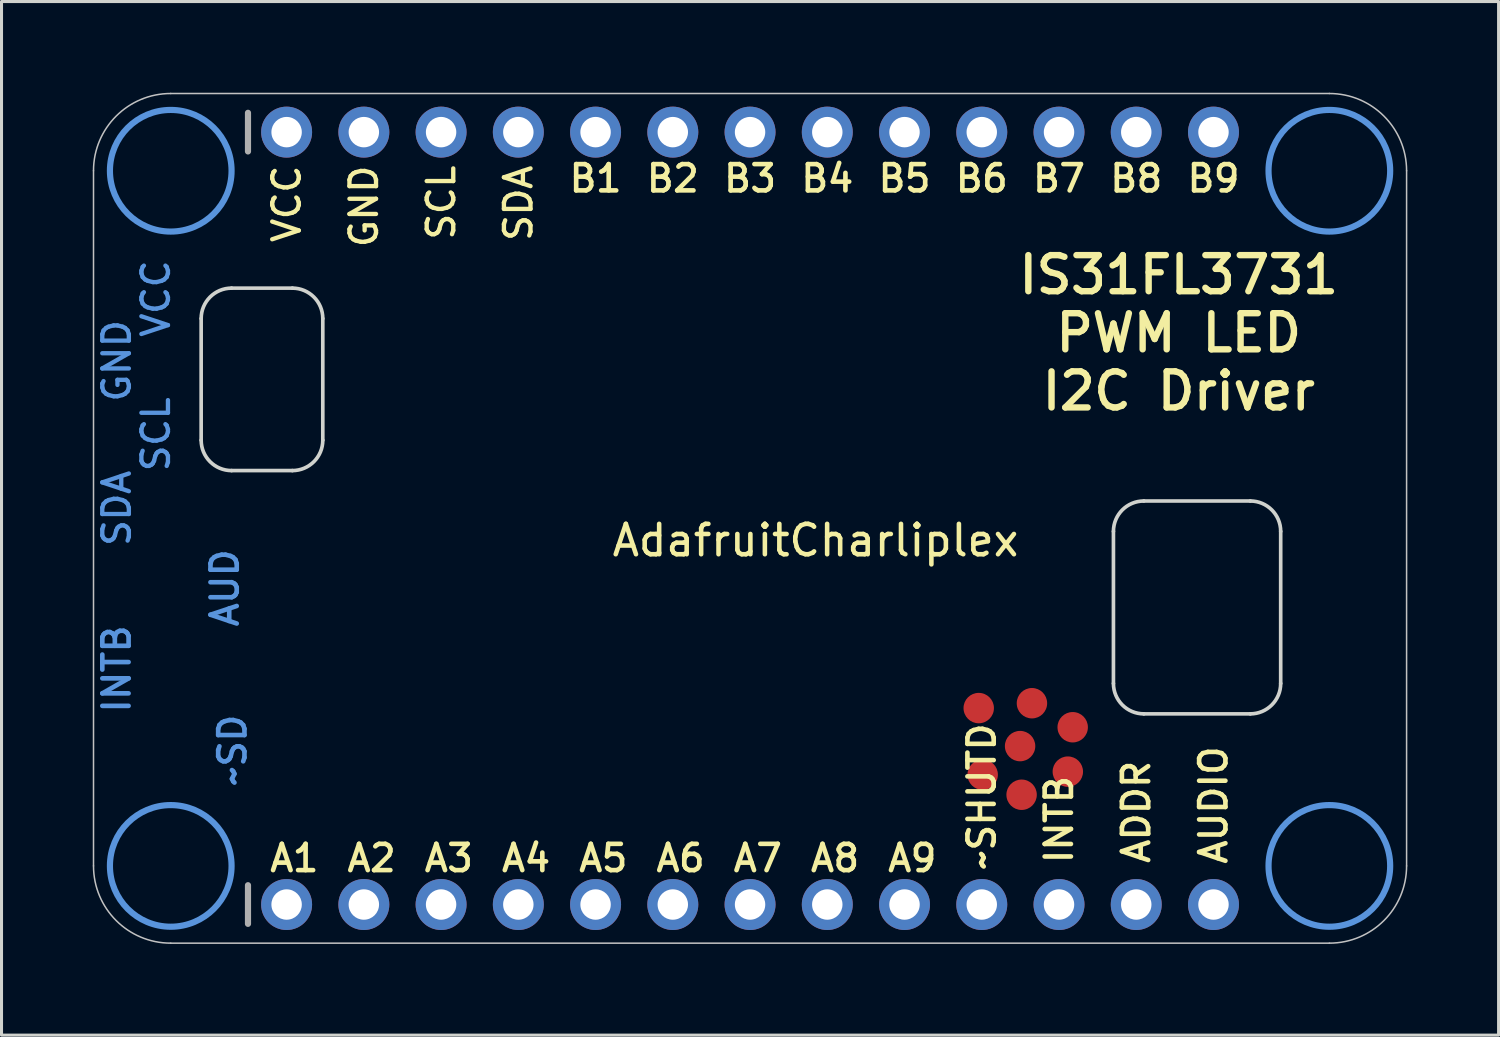
<source format=kicad_pcb>
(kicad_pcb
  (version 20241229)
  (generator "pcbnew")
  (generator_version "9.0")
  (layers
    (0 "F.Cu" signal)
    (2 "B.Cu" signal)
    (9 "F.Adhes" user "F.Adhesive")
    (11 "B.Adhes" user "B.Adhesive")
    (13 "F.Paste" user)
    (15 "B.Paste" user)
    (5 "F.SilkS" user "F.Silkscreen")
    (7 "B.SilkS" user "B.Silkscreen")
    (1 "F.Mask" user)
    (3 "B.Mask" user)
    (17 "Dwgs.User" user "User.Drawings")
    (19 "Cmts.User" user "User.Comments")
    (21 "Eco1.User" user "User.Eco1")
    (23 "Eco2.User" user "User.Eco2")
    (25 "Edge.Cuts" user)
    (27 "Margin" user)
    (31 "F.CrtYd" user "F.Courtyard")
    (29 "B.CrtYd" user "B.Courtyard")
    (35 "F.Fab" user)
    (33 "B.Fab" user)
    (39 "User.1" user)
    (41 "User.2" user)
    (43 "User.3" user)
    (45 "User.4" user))
  (footprint "AdafruitCharliplex"
    (layer "F.Cu")
    (at 2.565 25.425)
    (property "Reference" "AdafruitCharliplex" (at 21.204 -10.704 0) (unlocked yes) (layer "F.SilkS") (effects (font (size 1 1) (thickness 0.15))))
    (attr smd)
    (fp_line (start -2.54 0) (end -2.54 -22.86) (stroke (width 0.05) (type solid)) (layer "Dwgs.User"))
    (fp_line (start 0 -25.4) (end 38.1 -25.4) (stroke (width 0.05) (type solid)) (layer "Dwgs.User"))
    (fp_line (start 38.1 2.54) (end 0 2.54) (stroke (width 0.05) (type solid)) (layer "Dwgs.User"))
    (fp_line (start 40.64 -22.86) (end 40.64 0) (stroke (width 0.05) (type solid)) (layer "Dwgs.User"))
    (fp_arc (start -2.54 -22.86) (mid -1.796051 -24.656051) (end 0 -25.4) (stroke (width 0.05) (type solid)) (layer "Dwgs.User"))
    (fp_arc (start 0 2.54) (mid -1.796051 1.796051) (end -2.54 0) (stroke (width 0.05) (type solid)) (layer "Dwgs.User"))
    (fp_arc (start 38.1 -25.4) (mid 39.896051 -24.656051) (end 40.64 -22.86) (stroke (width 0.05) (type solid)) (layer "Dwgs.User"))
    (fp_arc (start 40.64 0) (mid 39.896051 1.796051) (end 38.1 2.54) (stroke (width 0.05) (type solid)) (layer "Dwgs.User"))
    (fp_circle (center 0 -22.86) (end 2 -22.86) (stroke (width 0.203) (type solid)) (fill no) (layer "Cmts.User"))
    (fp_circle (center 0 0) (end 2 0) (stroke (width 0.203) (type solid)) (fill no) (layer "Cmts.User"))
    (fp_circle (center 38.1 -22.86) (end 40.1 -22.86) (stroke (width 0.203) (type solid)) (fill no) (layer "Cmts.User"))
    (fp_circle (center 38.1 0) (end 40.1 0) (stroke (width 0.203) (type solid)) (fill no) (layer "Cmts.User"))
    (fp_line (start 1 -18) (end 1 -14) (stroke (width 0.12) (type solid)) (layer "Edge.Cuts"))
    (fp_line (start 2 -19) (end 4 -19) (stroke (width 0.12) (type solid)) (layer "Edge.Cuts"))
    (fp_line (start 4 -13) (end 2 -13) (stroke (width 0.12) (type solid)) (layer "Edge.Cuts"))
    (fp_line (start 5 -18) (end 5 -14) (stroke (width 0.12) (type solid)) (layer "Edge.Cuts"))
    (fp_line (start 31 -6) (end 31 -11) (stroke (width 0.12) (type solid)) (layer "Edge.Cuts"))
    (fp_line (start 32 -12) (end 35.5 -12) (stroke (width 0.12) (type solid)) (layer "Edge.Cuts"))
    (fp_line (start 35.5 -5) (end 32 -5) (stroke (width 0.12) (type solid)) (layer "Edge.Cuts"))
    (fp_line (start 36.5 -11) (end 36.5 -6) (stroke (width 0.12) (type solid)) (layer "Edge.Cuts"))
    (fp_arc (start 1 -18) (mid 1.292893 -18.707107) (end 2 -19) (stroke (width 0.12) (type solid)) (layer "Edge.Cuts"))
    (fp_arc (start 2 -13) (mid 1.292893 -13.292893) (end 1 -14) (stroke (width 0.12) (type solid)) (layer "Edge.Cuts"))
    (fp_arc (start 4 -19) (mid 4.707107 -18.707107) (end 5 -18) (stroke (width 0.12) (type solid)) (layer "Edge.Cuts"))
    (fp_arc (start 5 -14) (mid 4.707107 -13.292893) (end 4 -13) (stroke (width 0.12) (type solid)) (layer "Edge.Cuts"))
    (fp_arc (start 31 -11) (mid 31.292893 -11.707107) (end 32 -12) (stroke (width 0.12) (type solid)) (layer "Edge.Cuts"))
    (fp_arc (start 32 -5) (mid 31.292893 -5.292893) (end 31 -6) (stroke (width 0.12) (type solid)) (layer "Edge.Cuts"))
    (fp_arc (start 35.5 -12) (mid 36.207107 -11.707107) (end 36.5 -11) (stroke (width 0.12) (type solid)) (layer "Edge.Cuts"))
    (fp_arc (start 36.5 -6) (mid 36.207107 -5.292893) (end 35.5 -5) (stroke (width 0.12) (type solid)) (layer "Edge.Cuts"))
    (fp_line (start 2.54 -24.765) (end 2.54 -23.495) (stroke (width 0.203) (type solid)) (layer "F.Fab"))
    (fp_line (start 2.54 0.635) (end 2.54 1.905) (stroke (width 0.203) (type solid)) (layer "F.Fab"))
    (fp_text user "B8" (at 31.75 -22.606 0) (layer "F.SilkS") (effects (font (size 0.864 0.864) (thickness 0.152))))
    (fp_text user "B9" (at 34.29 -22.606 0) (layer "F.SilkS") (effects (font (size 0.864 0.864) (thickness 0.152))))
    (fp_text user "ADDR" (at 31.75 -1.778 90) (layer "F.SilkS") (effects (font (size 0.864 0.864) (thickness 0.152))))
    (fp_text user "A7" (at 19.304 -0.254 0) (layer "F.SilkS") (effects (font (size 0.864 0.864) (thickness 0.152))))
    (fp_text user "INTB" (at 29.21 -1.524 90) (layer "F.SilkS") (effects (font (size 0.864 0.864) (thickness 0.152))))
    (fp_text user "A9" (at 24.384 -0.254 0) (layer "F.SilkS") (effects (font (size 0.864 0.864) (thickness 0.152))))
    (fp_text user "IS31FL3731\nPWM LED\nI2C Driver" (at 33.147 -17.526 0) (layer "F.SilkS") (effects (font (size 1.187 1.187) (thickness 0.21))))
    (fp_text user "VCC" (at 3.302 -23.114 90) (layer "F.SilkS") (effects (font (size 0.874 0.874) (thickness 0.142)) (justify right top)))
    (fp_text user "A6" (at 16.764 -0.254 0) (layer "F.SilkS") (effects (font (size 0.864 0.864) (thickness 0.152))))
    (fp_text user "A2" (at 6.604 -0.254 0) (layer "F.SilkS") (effects (font (size 0.864 0.864) (thickness 0.152))))
    (fp_text user "A3" (at 9.144 -0.254 0) (layer "F.SilkS") (effects (font (size 0.864 0.864) (thickness 0.152))))
    (fp_text user "SCL" (at 8.382 -23.114 90) (layer "F.SilkS") (effects (font (size 0.874 0.874) (thickness 0.142)) (justify right top)))
    (fp_text user "B2" (at 16.51 -22.606 0) (layer "F.SilkS") (effects (font (size 0.864 0.864) (thickness 0.152))))
    (fp_text user "B5" (at 24.13 -22.606 0) (layer "F.SilkS") (effects (font (size 0.864 0.864) (thickness 0.152))))
    (fp_text user "A5" (at 14.224 -0.254 0) (layer "F.SilkS") (effects (font (size 0.864 0.864) (thickness 0.152))))
    (fp_text user "AUDIO" (at 34.29 -2 90) (layer "F.SilkS") (effects (font (size 0.864 0.864) (thickness 0.152))))
    (fp_text user "A8" (at 21.844 -0.254 0) (layer "F.SilkS") (effects (font (size 0.864 0.864) (thickness 0.152))))
    (fp_text user "A4" (at 11.684 -0.254 0) (layer "F.SilkS") (effects (font (size 0.864 0.864) (thickness 0.152))))
    (fp_text user "A1" (at 4.064 -0.254 0) (layer "F.SilkS") (effects (font (size 0.864 0.864) (thickness 0.152))))
    (fp_text user "GND" (at 5.842 -23.114 90) (layer "F.SilkS") (effects (font (size 0.874 0.874) (thickness 0.142)) (justify right top)))
    (fp_text user "B7" (at 29.21 -22.606 0) (layer "F.SilkS") (effects (font (size 0.864 0.864) (thickness 0.152))))
    (fp_text user "B1" (at 13.97 -22.606 0) (layer "F.SilkS") (effects (font (size 0.864 0.864) (thickness 0.152))))
    (fp_text user "B4" (at 21.59 -22.606 0) (layer "F.SilkS") (effects (font (size 0.864 0.864) (thickness 0.152))))
    (fp_text user "SDA" (at 10.922 -23.114 90) (layer "F.SilkS") (effects (font (size 0.874 0.874) (thickness 0.142)) (justify right top)))
    (fp_text user "B3" (at 19.05 -22.606 0) (layer "F.SilkS") (effects (font (size 0.864 0.864) (thickness 0.152))))
    (fp_text user "~SHUTD" (at 26.67 -2.286 90) (layer "F.SilkS") (effects (font (size 0.864 0.864) (thickness 0.152))))
    (fp_text user "B6" (at 26.67 -22.606 0) (layer "F.SilkS") (effects (font (size 0.864 0.864) (thickness 0.152))))
    (fp_text user "GND" (at -2.286 -18.034 90) (layer "Cmts.User") (effects (font (size 0.874 0.874) (thickness 0.142)) (justify right top)))
    (fp_text user "~SD" (at 2.032 -3.81 90) (layer "Cmts.User") (effects (font (size 0.864 0.864) (thickness 0.152))))
    (fp_text user "SDA" (at -2.286 -13.081 90) (layer "Cmts.User") (effects (font (size 0.874 0.874) (thickness 0.142)) (justify right top)))
    (fp_text user "VCC" (at -1 -20 90) (layer "Cmts.User") (effects (font (size 0.874 0.874) (thickness 0.142)) (justify right top)))
    (fp_text user "AUD" (at 1.778 -9.144 90) (layer "Cmts.User") (effects (font (size 0.864 0.864) (thickness 0.152))))
    (fp_text user "SCL" (at -1 -15.494 90) (layer "Cmts.User") (effects (font (size 0.874 0.874) (thickness 0.142)) (justify right top)))
    (fp_text user "INTB" (at -1.778 -6.477 90) (layer "Cmts.User") (effects (font (size 0.864 0.864) (thickness 0.152))))
    (pad "1" thru_hole circle (at 3.81 1.27 90) (size 1.676 1.676) (drill 1) (layers "*.Cu" "*.Mask"))
    (pad "2" thru_hole circle (at 6.35 1.27 90) (size 1.676 1.676) (drill 1) (layers "*.Cu" "*.Mask"))
    (pad "3" thru_hole circle (at 8.89 1.27 90) (size 1.676 1.676) (drill 1) (layers "*.Cu" "*.Mask"))
    (pad "4" thru_hole circle (at 11.43 1.27 90) (size 1.676 1.676) (drill 1) (layers "*.Cu" "*.Mask"))
    (pad "5" thru_hole circle (at 13.97 1.27 90) (size 1.676 1.676) (drill 1) (layers "*.Cu" "*.Mask"))
    (pad "6" thru_hole circle (at 16.51 1.27 90) (size 1.676 1.676) (drill 1) (layers "*.Cu" "*.Mask"))
    (pad "7" thru_hole circle (at 19.05 1.27 90) (size 1.676 1.676) (drill 1) (layers "*.Cu" "*.Mask"))
    (pad "8" thru_hole circle (at 21.59 1.27 90) (size 1.676 1.676) (drill 1) (layers "*.Cu" "*.Mask"))
    (pad "9" thru_hole circle (at 24.13 1.27 90) (size 1.676 1.676) (drill 1) (layers "*.Cu" "*.Mask"))
    (pad "10" thru_hole circle (at 26.67 1.27 90) (size 1.676 1.676) (drill 1) (layers "*.Cu" "*.Mask"))
    (pad "11" thru_hole circle (at 29.21 1.27 90) (size 1.676 1.676) (drill 1) (layers "*.Cu" "*.Mask"))
    (pad "12" thru_hole circle (at 31.75 1.27 90) (size 1.676 1.676) (drill 1) (layers "*.Cu" "*.Mask"))
    (pad "13" thru_hole circle (at 34.29 1.27 90) (size 1.676 1.676) (drill 1) (layers "*.Cu" "*.Mask"))
    (pad "14" thru_hole circle (at 3.81 -24.13 90) (size 1.676 1.676) (drill 1) (layers "*.Cu" "*.Mask"))
    (pad "15" thru_hole circle (at 6.35 -24.13 90) (size 1.676 1.676) (drill 1) (layers "*.Cu" "*.Mask"))
    (pad "16" thru_hole circle (at 8.89 -24.13 90) (size 1.676 1.676) (drill 1) (layers "*.Cu" "*.Mask"))
    (pad "17" thru_hole circle (at 11.43 -24.13 90) (size 1.676 1.676) (drill 1) (layers "*.Cu" "*.Mask"))
    (pad "18" thru_hole circle (at 13.97 -24.13 90) (size 1.676 1.676) (drill 1) (layers "*.Cu" "*.Mask"))
    (pad "19" thru_hole circle (at 16.51 -24.13 90) (size 1.676 1.676) (drill 1) (layers "*.Cu" "*.Mask"))
    (pad "20" thru_hole circle (at 19.05 -24.13 90) (size 1.676 1.676) (drill 1) (layers "*.Cu" "*.Mask"))
    (pad "21" thru_hole circle (at 21.59 -24.13 90) (size 1.676 1.676) (drill 1) (layers "*.Cu" "*.Mask"))
    (pad "22" thru_hole circle (at 24.13 -24.13 90) (size 1.676 1.676) (drill 1) (layers "*.Cu" "*.Mask"))
    (pad "23" thru_hole circle (at 26.67 -24.13 90) (size 1.676 1.676) (drill 1) (layers "*.Cu" "*.Mask"))
    (pad "24" thru_hole circle (at 29.21 -24.13 90) (size 1.676 1.676) (drill 1) (layers "*.Cu" "*.Mask"))
    (pad "25" thru_hole circle (at 31.75 -24.13 90) (size 1.676 1.676) (drill 1) (layers "*.Cu" "*.Mask"))
    (pad "26" thru_hole circle (at 34.29 -24.13 90) (size 1.676 1.676) (drill 1) (layers "*.Cu" "*.Mask"))
    (pad "27" smd circle (at 29.66 -4.56) (size 1 1) (layers "F.Cu"))
    (pad "28" smd circle (at 29.5 -3.1) (size 1 1) (layers "F.Cu"))
    (pad "29" smd circle (at 26.7 -3) (size 1 1) (layers "F.Cu"))
    (pad "30" smd circle (at 28.32 -5.35) (size 1 1) (layers "F.Cu"))
    (pad "31" smd circle (at 27.93 -3.94) (size 1 1) (layers "F.Cu"))
    (pad "32" smd circle (at 26.57 -5.19) (size 1 1) (layers "F.Cu"))
    (pad "33" smd circle (at 27.98 -2.34) (size 1 1) (layers "F.Cu")))
  (gr_rect
    (start -3 -3)
    (end 46.23 30.99)
    (stroke (width 0.1) (type default))
    (fill no)
    (layer "Edge.Cuts")))
</source>
